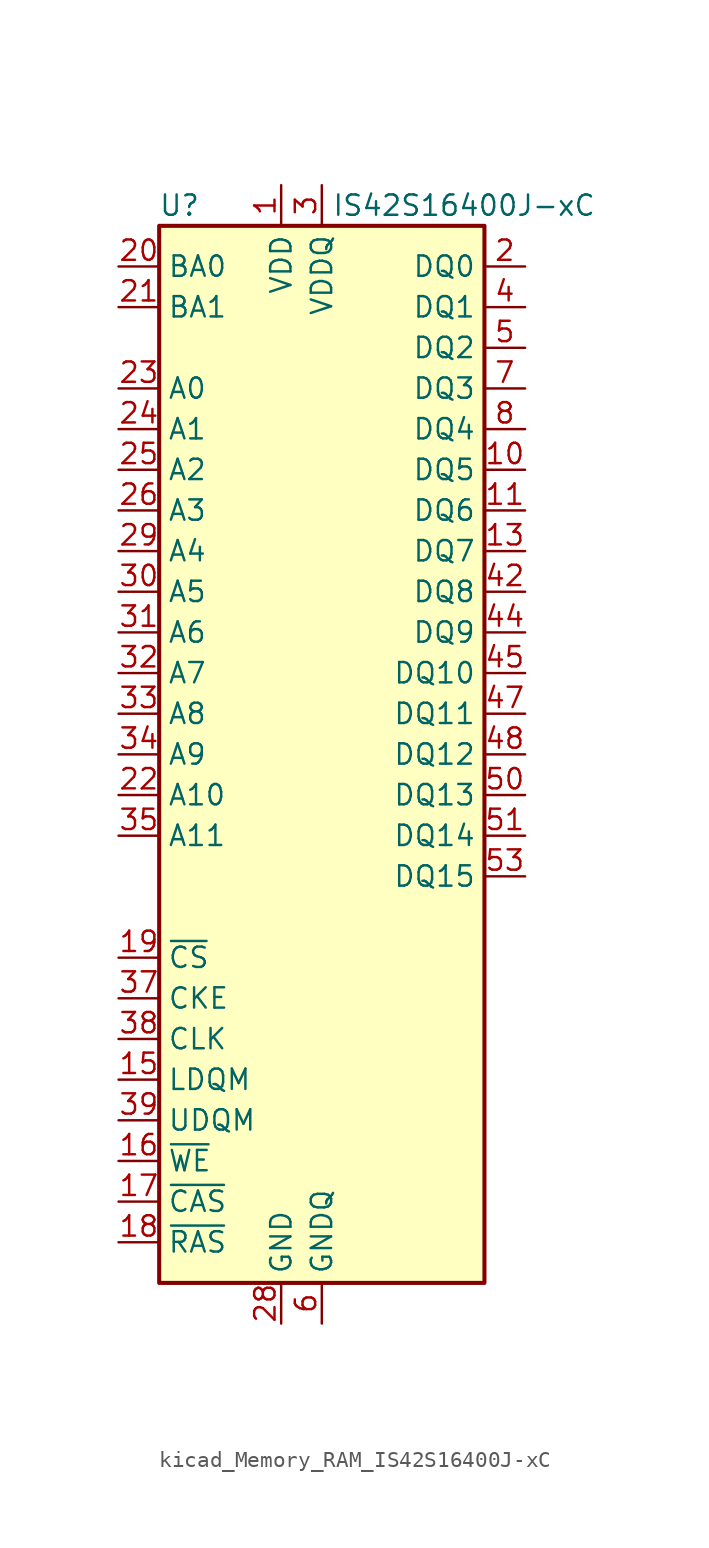
<source format=kicad_sym>
(kicad_symbol_lib
  (version 20220914)
  (generator kicad_symbol_editor)
  (symbol "kicad_Memory_RAM_IS42S16400J-xC"
    (property "Reference" "U"
      (at -8.89 34.29 0)
      (effects (font (size 1.27 1.27))))
    (property "Value" "IS42S16400J-xC"
      (at 8.89 34.29 0)
      (effects (font (size 1.27 1.27))))
    (symbol "kicad_Memory_RAM_IS42S16400J-xC_1_1"
      (rectangle (start -10.16 33.02) (end 10.16 -33.02) (stroke (width 0.254) (type default)) (fill (type background)))
      (pin power_in line (at -2.54 35.56 270) (length 2.54) (name "VDD" (effects (font (size 1.27 1.27)))) (number "1" (effects (font (size 1.27 1.27)))))
      (pin bidirectional line (at 12.7 17.78 180) (length 2.54) (name "DQ5" (effects (font (size 1.27 1.27)))) (number "10" (effects (font (size 1.27 1.27)))))
      (pin bidirectional line (at 12.7 15.24 180) (length 2.54) (name "DQ6" (effects (font (size 1.27 1.27)))) (number "11" (effects (font (size 1.27 1.27)))))
      (pin passive line (at 0 -35.56 90) (length 2.54) hide (name "GNDQ" (effects (font (size 1.27 1.27)))) (number "12" (effects (font (size 1.27 1.27)))))
      (pin bidirectional line (at 12.7 12.7 180) (length 2.54) (name "DQ7" (effects (font (size 1.27 1.27)))) (number "13" (effects (font (size 1.27 1.27)))))
      (pin passive line (at -2.54 35.56 270) (length 2.54) hide (name "VDD" (effects (font (size 1.27 1.27)))) (number "14" (effects (font (size 1.27 1.27)))))
      (pin input line (at -12.7 -20.32 0) (length 2.54) (name "LDQM" (effects (font (size 1.27 1.27)))) (number "15" (effects (font (size 1.27 1.27)))))
      (pin input line (at -12.7 -25.4 0) (length 2.54) (name "~{WE}" (effects (font (size 1.27 1.27)))) (number "16" (effects (font (size 1.27 1.27)))))
      (pin input line (at -12.7 -27.94 0) (length 2.54) (name "~{CAS}" (effects (font (size 1.27 1.27)))) (number "17" (effects (font (size 1.27 1.27)))))
      (pin input line (at -12.7 -30.48 0) (length 2.54) (name "~{RAS}" (effects (font (size 1.27 1.27)))) (number "18" (effects (font (size 1.27 1.27)))))
      (pin input line (at -12.7 -12.7 0) (length 2.54) (name "~{CS}" (effects (font (size 1.27 1.27)))) (number "19" (effects (font (size 1.27 1.27)))))
      (pin bidirectional line (at 12.7 30.48 180) (length 2.54) (name "DQ0" (effects (font (size 1.27 1.27)))) (number "2" (effects (font (size 1.27 1.27)))))
      (pin input line (at -12.7 30.48 0) (length 2.54) (name "BA0" (effects (font (size 1.27 1.27)))) (number "20" (effects (font (size 1.27 1.27)))))
      (pin input line (at -12.7 27.94 0) (length 2.54) (name "BA1" (effects (font (size 1.27 1.27)))) (number "21" (effects (font (size 1.27 1.27)))))
      (pin input line (at -12.7 -2.54 0) (length 2.54) (name "A10" (effects (font (size 1.27 1.27)))) (number "22" (effects (font (size 1.27 1.27)))))
      (pin input line (at -12.7 22.86 0) (length 2.54) (name "A0" (effects (font (size 1.27 1.27)))) (number "23" (effects (font (size 1.27 1.27)))))
      (pin input line (at -12.7 20.32 0) (length 2.54) (name "A1" (effects (font (size 1.27 1.27)))) (number "24" (effects (font (size 1.27 1.27)))))
      (pin input line (at -12.7 17.78 0) (length 2.54) (name "A2" (effects (font (size 1.27 1.27)))) (number "25" (effects (font (size 1.27 1.27)))))
      (pin input line (at -12.7 15.24 0) (length 2.54) (name "A3" (effects (font (size 1.27 1.27)))) (number "26" (effects (font (size 1.27 1.27)))))
      (pin passive line (at -2.54 35.56 270) (length 2.54) hide (name "VDD" (effects (font (size 1.27 1.27)))) (number "27" (effects (font (size 1.27 1.27)))))
      (pin power_in line (at -2.54 -35.56 90) (length 2.54) (name "GND" (effects (font (size 1.27 1.27)))) (number "28" (effects (font (size 1.27 1.27)))))
      (pin input line (at -12.7 12.7 0) (length 2.54) (name "A4" (effects (font (size 1.27 1.27)))) (number "29" (effects (font (size 1.27 1.27)))))
      (pin power_in line (at 0 35.56 270) (length 2.54) (name "VDDQ" (effects (font (size 1.27 1.27)))) (number "3" (effects (font (size 1.27 1.27)))))
      (pin input line (at -12.7 10.16 0) (length 2.54) (name "A5" (effects (font (size 1.27 1.27)))) (number "30" (effects (font (size 1.27 1.27)))))
      (pin input line (at -12.7 7.62 0) (length 2.54) (name "A6" (effects (font (size 1.27 1.27)))) (number "31" (effects (font (size 1.27 1.27)))))
      (pin input line (at -12.7 5.08 0) (length 2.54) (name "A7" (effects (font (size 1.27 1.27)))) (number "32" (effects (font (size 1.27 1.27)))))
      (pin input line (at -12.7 2.54 0) (length 2.54) (name "A8" (effects (font (size 1.27 1.27)))) (number "33" (effects (font (size 1.27 1.27)))))
      (pin input line (at -12.7 0 0) (length 2.54) (name "A9" (effects (font (size 1.27 1.27)))) (number "34" (effects (font (size 1.27 1.27)))))
      (pin input line (at -12.7 -5.08 0) (length 2.54) (name "A11" (effects (font (size 1.27 1.27)))) (number "35" (effects (font (size 1.27 1.27)))))
      (pin no_connect line (at 10.16 -17.78 180) (length 2.54) hide (name "NC" (effects (font (size 1.27 1.27)))) (number "36" (effects (font (size 1.27 1.27)))))
      (pin input line (at -12.7 -15.24 0) (length 2.54) (name "CKE" (effects (font (size 1.27 1.27)))) (number "37" (effects (font (size 1.27 1.27)))))
      (pin input line (at -12.7 -17.78 0) (length 2.54) (name "CLK" (effects (font (size 1.27 1.27)))) (number "38" (effects (font (size 1.27 1.27)))))
      (pin input line (at -12.7 -22.86 0) (length 2.54) (name "UDQM" (effects (font (size 1.27 1.27)))) (number "39" (effects (font (size 1.27 1.27)))))
      (pin bidirectional line (at 12.7 27.94 180) (length 2.54) (name "DQ1" (effects (font (size 1.27 1.27)))) (number "4" (effects (font (size 1.27 1.27)))))
      (pin no_connect line (at 10.16 -20.32 180) (length 2.54) hide (name "NC" (effects (font (size 1.27 1.27)))) (number "40" (effects (font (size 1.27 1.27)))))
      (pin passive line (at -2.54 -35.56 90) (length 2.54) hide (name "GND" (effects (font (size 1.27 1.27)))) (number "41" (effects (font (size 1.27 1.27)))))
      (pin bidirectional line (at 12.7 10.16 180) (length 2.54) (name "DQ8" (effects (font (size 1.27 1.27)))) (number "42" (effects (font (size 1.27 1.27)))))
      (pin passive line (at 0 35.56 270) (length 2.54) hide (name "VDDQ" (effects (font (size 1.27 1.27)))) (number "43" (effects (font (size 1.27 1.27)))))
      (pin bidirectional line (at 12.7 7.62 180) (length 2.54) (name "DQ9" (effects (font (size 1.27 1.27)))) (number "44" (effects (font (size 1.27 1.27)))))
      (pin bidirectional line (at 12.7 5.08 180) (length 2.54) (name "DQ10" (effects (font (size 1.27 1.27)))) (number "45" (effects (font (size 1.27 1.27)))))
      (pin passive line (at 0 -35.56 90) (length 2.54) hide (name "GNDQ" (effects (font (size 1.27 1.27)))) (number "46" (effects (font (size 1.27 1.27)))))
      (pin bidirectional line (at 12.7 2.54 180) (length 2.54) (name "DQ11" (effects (font (size 1.27 1.27)))) (number "47" (effects (font (size 1.27 1.27)))))
      (pin bidirectional line (at 12.7 0 180) (length 2.54) (name "DQ12" (effects (font (size 1.27 1.27)))) (number "48" (effects (font (size 1.27 1.27)))))
      (pin passive line (at 0 35.56 270) (length 2.54) hide (name "VDDQ" (effects (font (size 1.27 1.27)))) (number "49" (effects (font (size 1.27 1.27)))))
      (pin bidirectional line (at 12.7 25.4 180) (length 2.54) (name "DQ2" (effects (font (size 1.27 1.27)))) (number "5" (effects (font (size 1.27 1.27)))))
      (pin bidirectional line (at 12.7 -2.54 180) (length 2.54) (name "DQ13" (effects (font (size 1.27 1.27)))) (number "50" (effects (font (size 1.27 1.27)))))
      (pin bidirectional line (at 12.7 -5.08 180) (length 2.54) (name "DQ14" (effects (font (size 1.27 1.27)))) (number "51" (effects (font (size 1.27 1.27)))))
      (pin passive line (at 0 -35.56 90) (length 2.54) hide (name "GNDQ" (effects (font (size 1.27 1.27)))) (number "52" (effects (font (size 1.27 1.27)))))
      (pin bidirectional line (at 12.7 -7.62 180) (length 2.54) (name "DQ15" (effects (font (size 1.27 1.27)))) (number "53" (effects (font (size 1.27 1.27)))))
      (pin passive line (at -2.54 -35.56 90) (length 2.54) hide (name "GND" (effects (font (size 1.27 1.27)))) (number "54" (effects (font (size 1.27 1.27)))))
      (pin power_in line (at 0 -35.56 90) (length 2.54) (name "GNDQ" (effects (font (size 1.27 1.27)))) (number "6" (effects (font (size 1.27 1.27)))))
      (pin bidirectional line (at 12.7 22.86 180) (length 2.54) (name "DQ3" (effects (font (size 1.27 1.27)))) (number "7" (effects (font (size 1.27 1.27)))))
      (pin bidirectional line (at 12.7 20.32 180) (length 2.54) (name "DQ4" (effects (font (size 1.27 1.27)))) (number "8" (effects (font (size 1.27 1.27)))))
      (pin passive line (at 0 35.56 270) (length 2.54) hide (name "VDDQ" (effects (font (size 1.27 1.27)))) (number "9" (effects (font (size 1.27 1.27))))))))
</source>
